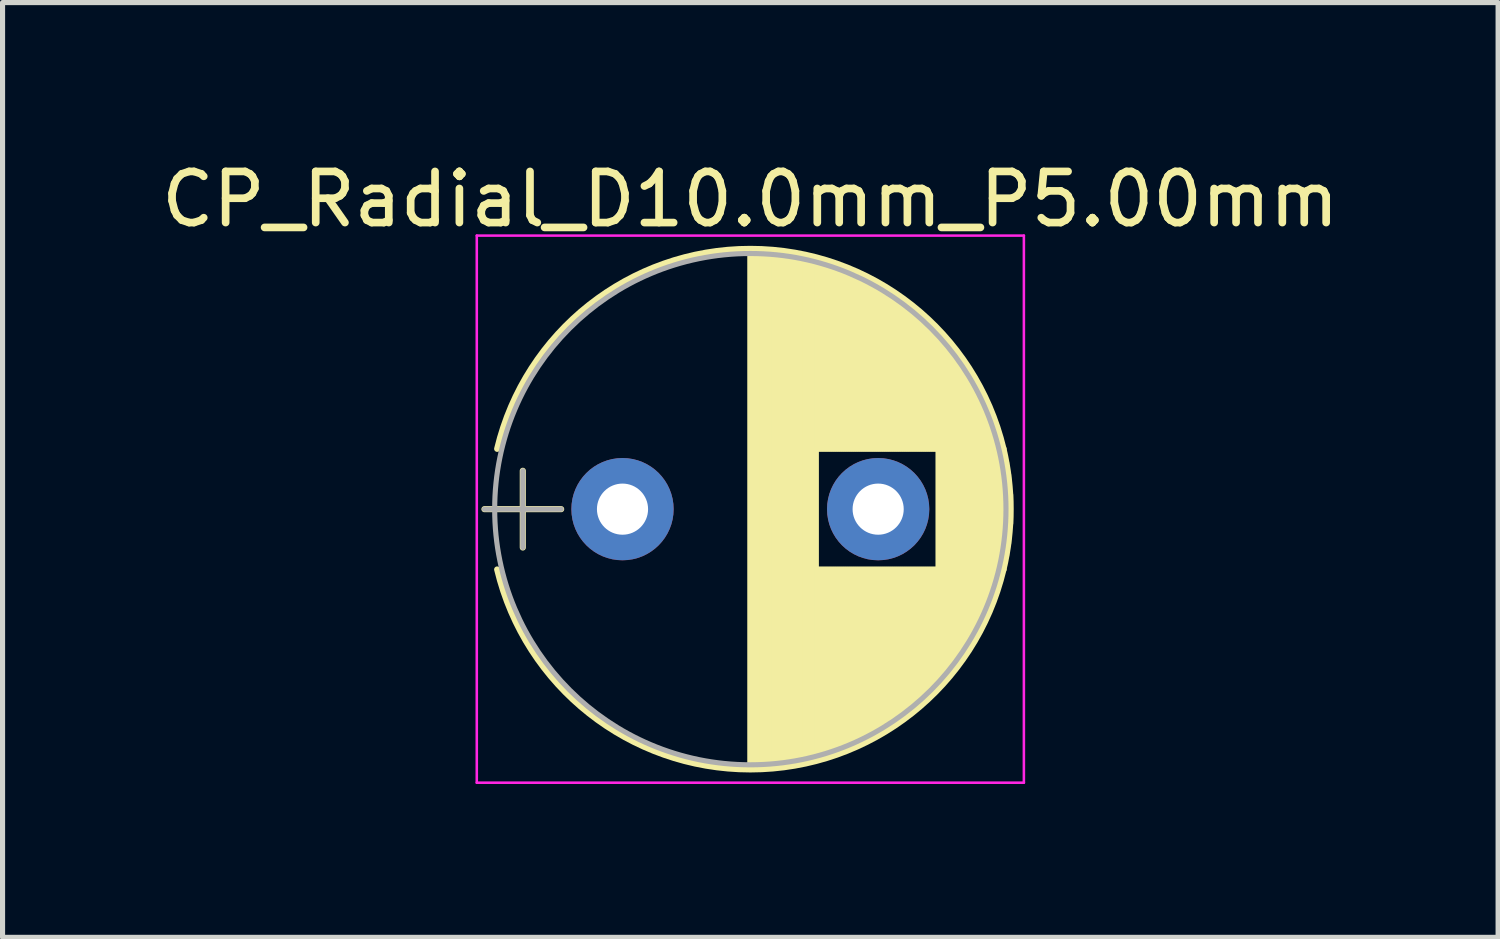
<source format=kicad_pcb>
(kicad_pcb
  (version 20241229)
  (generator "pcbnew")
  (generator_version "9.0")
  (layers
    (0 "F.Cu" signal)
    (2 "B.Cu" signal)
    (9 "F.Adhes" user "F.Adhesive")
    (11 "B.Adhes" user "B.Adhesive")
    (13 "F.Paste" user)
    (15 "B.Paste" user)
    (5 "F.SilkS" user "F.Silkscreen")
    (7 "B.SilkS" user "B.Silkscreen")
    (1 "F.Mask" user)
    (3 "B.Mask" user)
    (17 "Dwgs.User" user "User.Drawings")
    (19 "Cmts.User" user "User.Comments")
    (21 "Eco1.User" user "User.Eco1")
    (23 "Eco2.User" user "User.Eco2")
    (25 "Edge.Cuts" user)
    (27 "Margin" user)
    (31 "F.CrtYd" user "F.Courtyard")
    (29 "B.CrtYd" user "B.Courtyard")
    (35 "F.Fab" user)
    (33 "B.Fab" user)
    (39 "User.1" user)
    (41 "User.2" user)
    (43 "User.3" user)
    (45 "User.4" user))
  (footprint "CP_Radial_D10.0mm_P5.00mm"
    (layer "F.Cu")
    (at 9.125 6.908)
    (property "Reference" "CP_Radial_D10.0mm_P5.00mm" (at 2.5 -6.06 0) (layer "F.SilkS") (effects (font (size 1 1) (thickness 0.15))))
    (attr through_hole)
    (fp_line (start -2.7 0) (end -1.2 0) (stroke (width 0.12) (type solid)) (layer "F.SilkS"))
    (fp_line (start -1.95 -0.75) (end -1.95 0.75) (stroke (width 0.12) (type solid)) (layer "F.SilkS"))
    (fp_line (start 2.5 -5.05) (end 2.5 5.05) (stroke (width 0.12) (type solid)) (layer "F.SilkS"))
    (fp_line (start 2.54 -5.05) (end 2.54 5.05) (stroke (width 0.12) (type solid)) (layer "F.SilkS"))
    (fp_line (start 2.58 -5.05) (end 2.58 5.05) (stroke (width 0.12) (type solid)) (layer "F.SilkS"))
    (fp_line (start 2.62 -5.049) (end 2.62 5.049) (stroke (width 0.12) (type solid)) (layer "F.SilkS"))
    (fp_line (start 2.66 -5.048) (end 2.66 5.048) (stroke (width 0.12) (type solid)) (layer "F.SilkS"))
    (fp_line (start 2.7 -5.047) (end 2.7 5.047) (stroke (width 0.12) (type solid)) (layer "F.SilkS"))
    (fp_line (start 2.74 -5.045) (end 2.74 5.045) (stroke (width 0.12) (type solid)) (layer "F.SilkS"))
    (fp_line (start 2.78 -5.043) (end 2.78 5.043) (stroke (width 0.12) (type solid)) (layer "F.SilkS"))
    (fp_line (start 2.82 -5.04) (end 2.82 5.04) (stroke (width 0.12) (type solid)) (layer "F.SilkS"))
    (fp_line (start 2.86 -5.038) (end 2.86 5.038) (stroke (width 0.12) (type solid)) (layer "F.SilkS"))
    (fp_line (start 2.9 -5.035) (end 2.9 5.035) (stroke (width 0.12) (type solid)) (layer "F.SilkS"))
    (fp_line (start 2.94 -5.031) (end 2.94 5.031) (stroke (width 0.12) (type solid)) (layer "F.SilkS"))
    (fp_line (start 2.98 -5.028) (end 2.98 5.028) (stroke (width 0.12) (type solid)) (layer "F.SilkS"))
    (fp_line (start 3.02 -5.024) (end 3.02 5.024) (stroke (width 0.12) (type solid)) (layer "F.SilkS"))
    (fp_line (start 3.06 -5.02) (end 3.06 5.02) (stroke (width 0.12) (type solid)) (layer "F.SilkS"))
    (fp_line (start 3.1 -5.015) (end 3.1 5.015) (stroke (width 0.12) (type solid)) (layer "F.SilkS"))
    (fp_line (start 3.14 -5.01) (end 3.14 5.01) (stroke (width 0.12) (type solid)) (layer "F.SilkS"))
    (fp_line (start 3.18 -5.005) (end 3.18 5.005) (stroke (width 0.12) (type solid)) (layer "F.SilkS"))
    (fp_line (start 3.221 -4.999) (end 3.221 4.999) (stroke (width 0.12) (type solid)) (layer "F.SilkS"))
    (fp_line (start 3.261 -4.993) (end 3.261 4.993) (stroke (width 0.12) (type solid)) (layer "F.SilkS"))
    (fp_line (start 3.301 -4.987) (end 3.301 4.987) (stroke (width 0.12) (type solid)) (layer "F.SilkS"))
    (fp_line (start 3.341 -4.981) (end 3.341 4.981) (stroke (width 0.12) (type solid)) (layer "F.SilkS"))
    (fp_line (start 3.381 -4.974) (end 3.381 4.974) (stroke (width 0.12) (type solid)) (layer "F.SilkS"))
    (fp_line (start 3.421 -4.967) (end 3.421 4.967) (stroke (width 0.12) (type solid)) (layer "F.SilkS"))
    (fp_line (start 3.461 -4.959) (end 3.461 4.959) (stroke (width 0.12) (type solid)) (layer "F.SilkS"))
    (fp_line (start 3.501 -4.951) (end 3.501 4.951) (stroke (width 0.12) (type solid)) (layer "F.SilkS"))
    (fp_line (start 3.541 -4.943) (end 3.541 4.943) (stroke (width 0.12) (type solid)) (layer "F.SilkS"))
    (fp_line (start 3.581 -4.935) (end 3.581 4.935) (stroke (width 0.12) (type solid)) (layer "F.SilkS"))
    (fp_line (start 3.621 -4.926) (end 3.621 4.926) (stroke (width 0.12) (type solid)) (layer "F.SilkS"))
    (fp_line (start 3.661 -4.917) (end 3.661 4.917) (stroke (width 0.12) (type solid)) (layer "F.SilkS"))
    (fp_line (start 3.701 -4.907) (end 3.701 4.907) (stroke (width 0.12) (type solid)) (layer "F.SilkS"))
    (fp_line (start 3.741 -4.897) (end 3.741 4.897) (stroke (width 0.12) (type solid)) (layer "F.SilkS"))
    (fp_line (start 3.781 -4.887) (end 3.781 4.887) (stroke (width 0.12) (type solid)) (layer "F.SilkS"))
    (fp_line (start 3.821 -4.876) (end 3.821 -1.181) (stroke (width 0.12) (type solid)) (layer "F.SilkS"))
    (fp_line (start 3.821 1.181) (end 3.821 4.876) (stroke (width 0.12) (type solid)) (layer "F.SilkS"))
    (fp_line (start 3.861 -4.865) (end 3.861 -1.181) (stroke (width 0.12) (type solid)) (layer "F.SilkS"))
    (fp_line (start 3.861 1.181) (end 3.861 4.865) (stroke (width 0.12) (type solid)) (layer "F.SilkS"))
    (fp_line (start 3.901 -4.854) (end 3.901 -1.181) (stroke (width 0.12) (type solid)) (layer "F.SilkS"))
    (fp_line (start 3.901 1.181) (end 3.901 4.854) (stroke (width 0.12) (type solid)) (layer "F.SilkS"))
    (fp_line (start 3.941 -4.843) (end 3.941 -1.181) (stroke (width 0.12) (type solid)) (layer "F.SilkS"))
    (fp_line (start 3.941 1.181) (end 3.941 4.843) (stroke (width 0.12) (type solid)) (layer "F.SilkS"))
    (fp_line (start 3.981 -4.831) (end 3.981 -1.181) (stroke (width 0.12) (type solid)) (layer "F.SilkS"))
    (fp_line (start 3.981 1.181) (end 3.981 4.831) (stroke (width 0.12) (type solid)) (layer "F.SilkS"))
    (fp_line (start 4.021 -4.818) (end 4.021 -1.181) (stroke (width 0.12) (type solid)) (layer "F.SilkS"))
    (fp_line (start 4.021 1.181) (end 4.021 4.818) (stroke (width 0.12) (type solid)) (layer "F.SilkS"))
    (fp_line (start 4.061 -4.806) (end 4.061 -1.181) (stroke (width 0.12) (type solid)) (layer "F.SilkS"))
    (fp_line (start 4.061 1.181) (end 4.061 4.806) (stroke (width 0.12) (type solid)) (layer "F.SilkS"))
    (fp_line (start 4.101 -4.792) (end 4.101 -1.181) (stroke (width 0.12) (type solid)) (layer "F.SilkS"))
    (fp_line (start 4.101 1.181) (end 4.101 4.792) (stroke (width 0.12) (type solid)) (layer "F.SilkS"))
    (fp_line (start 4.141 -4.779) (end 4.141 -1.181) (stroke (width 0.12) (type solid)) (layer "F.SilkS"))
    (fp_line (start 4.141 1.181) (end 4.141 4.779) (stroke (width 0.12) (type solid)) (layer "F.SilkS"))
    (fp_line (start 4.181 -4.765) (end 4.181 -1.181) (stroke (width 0.12) (type solid)) (layer "F.SilkS"))
    (fp_line (start 4.181 1.181) (end 4.181 4.765) (stroke (width 0.12) (type solid)) (layer "F.SilkS"))
    (fp_line (start 4.221 -4.751) (end 4.221 -1.181) (stroke (width 0.12) (type solid)) (layer "F.SilkS"))
    (fp_line (start 4.221 1.181) (end 4.221 4.751) (stroke (width 0.12) (type solid)) (layer "F.SilkS"))
    (fp_line (start 4.261 -4.737) (end 4.261 -1.181) (stroke (width 0.12) (type solid)) (layer "F.SilkS"))
    (fp_line (start 4.261 1.181) (end 4.261 4.737) (stroke (width 0.12) (type solid)) (layer "F.SilkS"))
    (fp_line (start 4.301 -4.722) (end 4.301 -1.181) (stroke (width 0.12) (type solid)) (layer "F.SilkS"))
    (fp_line (start 4.301 1.181) (end 4.301 4.722) (stroke (width 0.12) (type solid)) (layer "F.SilkS"))
    (fp_line (start 4.341 -4.706) (end 4.341 -1.181) (stroke (width 0.12) (type solid)) (layer "F.SilkS"))
    (fp_line (start 4.341 1.181) (end 4.341 4.706) (stroke (width 0.12) (type solid)) (layer "F.SilkS"))
    (fp_line (start 4.381 -4.691) (end 4.381 -1.181) (stroke (width 0.12) (type solid)) (layer "F.SilkS"))
    (fp_line (start 4.381 1.181) (end 4.381 4.691) (stroke (width 0.12) (type solid)) (layer "F.SilkS"))
    (fp_line (start 4.421 -4.674) (end 4.421 -1.181) (stroke (width 0.12) (type solid)) (layer "F.SilkS"))
    (fp_line (start 4.421 1.181) (end 4.421 4.674) (stroke (width 0.12) (type solid)) (layer "F.SilkS"))
    (fp_line (start 4.461 -4.658) (end 4.461 -1.181) (stroke (width 0.12) (type solid)) (layer "F.SilkS"))
    (fp_line (start 4.461 1.181) (end 4.461 4.658) (stroke (width 0.12) (type solid)) (layer "F.SilkS"))
    (fp_line (start 4.501 -4.641) (end 4.501 -1.181) (stroke (width 0.12) (type solid)) (layer "F.SilkS"))
    (fp_line (start 4.501 1.181) (end 4.501 4.641) (stroke (width 0.12) (type solid)) (layer "F.SilkS"))
    (fp_line (start 4.541 -4.624) (end 4.541 -1.181) (stroke (width 0.12) (type solid)) (layer "F.SilkS"))
    (fp_line (start 4.541 1.181) (end 4.541 4.624) (stroke (width 0.12) (type solid)) (layer "F.SilkS"))
    (fp_line (start 4.581 -4.606) (end 4.581 -1.181) (stroke (width 0.12) (type solid)) (layer "F.SilkS"))
    (fp_line (start 4.581 1.181) (end 4.581 4.606) (stroke (width 0.12) (type solid)) (layer "F.SilkS"))
    (fp_line (start 4.621 -4.588) (end 4.621 -1.181) (stroke (width 0.12) (type solid)) (layer "F.SilkS"))
    (fp_line (start 4.621 1.181) (end 4.621 4.588) (stroke (width 0.12) (type solid)) (layer "F.SilkS"))
    (fp_line (start 4.661 -4.569) (end 4.661 -1.181) (stroke (width 0.12) (type solid)) (layer "F.SilkS"))
    (fp_line (start 4.661 1.181) (end 4.661 4.569) (stroke (width 0.12) (type solid)) (layer "F.SilkS"))
    (fp_line (start 4.701 -4.55) (end 4.701 -1.181) (stroke (width 0.12) (type solid)) (layer "F.SilkS"))
    (fp_line (start 4.701 1.181) (end 4.701 4.55) (stroke (width 0.12) (type solid)) (layer "F.SilkS"))
    (fp_line (start 4.741 -4.531) (end 4.741 -1.181) (stroke (width 0.12) (type solid)) (layer "F.SilkS"))
    (fp_line (start 4.741 1.181) (end 4.741 4.531) (stroke (width 0.12) (type solid)) (layer "F.SilkS"))
    (fp_line (start 4.781 -4.511) (end 4.781 -1.181) (stroke (width 0.12) (type solid)) (layer "F.SilkS"))
    (fp_line (start 4.781 1.181) (end 4.781 4.511) (stroke (width 0.12) (type solid)) (layer "F.SilkS"))
    (fp_line (start 4.821 -4.491) (end 4.821 -1.181) (stroke (width 0.12) (type solid)) (layer "F.SilkS"))
    (fp_line (start 4.821 1.181) (end 4.821 4.491) (stroke (width 0.12) (type solid)) (layer "F.SilkS"))
    (fp_line (start 4.861 -4.47) (end 4.861 -1.181) (stroke (width 0.12) (type solid)) (layer "F.SilkS"))
    (fp_line (start 4.861 1.181) (end 4.861 4.47) (stroke (width 0.12) (type solid)) (layer "F.SilkS"))
    (fp_line (start 4.901 -4.449) (end 4.901 -1.181) (stroke (width 0.12) (type solid)) (layer "F.SilkS"))
    (fp_line (start 4.901 1.181) (end 4.901 4.449) (stroke (width 0.12) (type solid)) (layer "F.SilkS"))
    (fp_line (start 4.941 -4.428) (end 4.941 -1.181) (stroke (width 0.12) (type solid)) (layer "F.SilkS"))
    (fp_line (start 4.941 1.181) (end 4.941 4.428) (stroke (width 0.12) (type solid)) (layer "F.SilkS"))
    (fp_line (start 4.981 -4.405) (end 4.981 -1.181) (stroke (width 0.12) (type solid)) (layer "F.SilkS"))
    (fp_line (start 4.981 1.181) (end 4.981 4.405) (stroke (width 0.12) (type solid)) (layer "F.SilkS"))
    (fp_line (start 5.021 -4.383) (end 5.021 -1.181) (stroke (width 0.12) (type solid)) (layer "F.SilkS"))
    (fp_line (start 5.021 1.181) (end 5.021 4.383) (stroke (width 0.12) (type solid)) (layer "F.SilkS"))
    (fp_line (start 5.061 -4.36) (end 5.061 -1.181) (stroke (width 0.12) (type solid)) (layer "F.SilkS"))
    (fp_line (start 5.061 1.181) (end 5.061 4.36) (stroke (width 0.12) (type solid)) (layer "F.SilkS"))
    (fp_line (start 5.101 -4.336) (end 5.101 -1.181) (stroke (width 0.12) (type solid)) (layer "F.SilkS"))
    (fp_line (start 5.101 1.181) (end 5.101 4.336) (stroke (width 0.12) (type solid)) (layer "F.SilkS"))
    (fp_line (start 5.141 -4.312) (end 5.141 -1.181) (stroke (width 0.12) (type solid)) (layer "F.SilkS"))
    (fp_line (start 5.141 1.181) (end 5.141 4.312) (stroke (width 0.12) (type solid)) (layer "F.SilkS"))
    (fp_line (start 5.181 -4.288) (end 5.181 -1.181) (stroke (width 0.12) (type solid)) (layer "F.SilkS"))
    (fp_line (start 5.181 1.181) (end 5.181 4.288) (stroke (width 0.12) (type solid)) (layer "F.SilkS"))
    (fp_line (start 5.221 -4.263) (end 5.221 -1.181) (stroke (width 0.12) (type solid)) (layer "F.SilkS"))
    (fp_line (start 5.221 1.181) (end 5.221 4.263) (stroke (width 0.12) (type solid)) (layer "F.SilkS"))
    (fp_line (start 5.261 -4.237) (end 5.261 -1.181) (stroke (width 0.12) (type solid)) (layer "F.SilkS"))
    (fp_line (start 5.261 1.181) (end 5.261 4.237) (stroke (width 0.12) (type solid)) (layer "F.SilkS"))
    (fp_line (start 5.301 -4.211) (end 5.301 -1.181) (stroke (width 0.12) (type solid)) (layer "F.SilkS"))
    (fp_line (start 5.301 1.181) (end 5.301 4.211) (stroke (width 0.12) (type solid)) (layer "F.SilkS"))
    (fp_line (start 5.341 -4.185) (end 5.341 -1.181) (stroke (width 0.12) (type solid)) (layer "F.SilkS"))
    (fp_line (start 5.341 1.181) (end 5.341 4.185) (stroke (width 0.12) (type solid)) (layer "F.SilkS"))
    (fp_line (start 5.381 -4.157) (end 5.381 -1.181) (stroke (width 0.12) (type solid)) (layer "F.SilkS"))
    (fp_line (start 5.381 1.181) (end 5.381 4.157) (stroke (width 0.12) (type solid)) (layer "F.SilkS"))
    (fp_line (start 5.421 -4.13) (end 5.421 -1.181) (stroke (width 0.12) (type solid)) (layer "F.SilkS"))
    (fp_line (start 5.421 1.181) (end 5.421 4.13) (stroke (width 0.12) (type solid)) (layer "F.SilkS"))
    (fp_line (start 5.461 -4.101) (end 5.461 -1.181) (stroke (width 0.12) (type solid)) (layer "F.SilkS"))
    (fp_line (start 5.461 1.181) (end 5.461 4.101) (stroke (width 0.12) (type solid)) (layer "F.SilkS"))
    (fp_line (start 5.501 -4.072) (end 5.501 -1.181) (stroke (width 0.12) (type solid)) (layer "F.SilkS"))
    (fp_line (start 5.501 1.181) (end 5.501 4.072) (stroke (width 0.12) (type solid)) (layer "F.SilkS"))
    (fp_line (start 5.541 -4.043) (end 5.541 -1.181) (stroke (width 0.12) (type solid)) (layer "F.SilkS"))
    (fp_line (start 5.541 1.181) (end 5.541 4.043) (stroke (width 0.12) (type solid)) (layer "F.SilkS"))
    (fp_line (start 5.581 -4.013) (end 5.581 -1.181) (stroke (width 0.12) (type solid)) (layer "F.SilkS"))
    (fp_line (start 5.581 1.181) (end 5.581 4.013) (stroke (width 0.12) (type solid)) (layer "F.SilkS"))
    (fp_line (start 5.621 -3.982) (end 5.621 -1.181) (stroke (width 0.12) (type solid)) (layer "F.SilkS"))
    (fp_line (start 5.621 1.181) (end 5.621 3.982) (stroke (width 0.12) (type solid)) (layer "F.SilkS"))
    (fp_line (start 5.661 -3.951) (end 5.661 -1.181) (stroke (width 0.12) (type solid)) (layer "F.SilkS"))
    (fp_line (start 5.661 1.181) (end 5.661 3.951) (stroke (width 0.12) (type solid)) (layer "F.SilkS"))
    (fp_line (start 5.701 -3.919) (end 5.701 -1.181) (stroke (width 0.12) (type solid)) (layer "F.SilkS"))
    (fp_line (start 5.701 1.181) (end 5.701 3.919) (stroke (width 0.12) (type solid)) (layer "F.SilkS"))
    (fp_line (start 5.741 -3.886) (end 5.741 -1.181) (stroke (width 0.12) (type solid)) (layer "F.SilkS"))
    (fp_line (start 5.741 1.181) (end 5.741 3.886) (stroke (width 0.12) (type solid)) (layer "F.SilkS"))
    (fp_line (start 5.781 -3.853) (end 5.781 -1.181) (stroke (width 0.12) (type solid)) (layer "F.SilkS"))
    (fp_line (start 5.781 1.181) (end 5.781 3.853) (stroke (width 0.12) (type solid)) (layer "F.SilkS"))
    (fp_line (start 5.821 -3.819) (end 5.821 -1.181) (stroke (width 0.12) (type solid)) (layer "F.SilkS"))
    (fp_line (start 5.821 1.181) (end 5.821 3.819) (stroke (width 0.12) (type solid)) (layer "F.SilkS"))
    (fp_line (start 5.861 -3.784) (end 5.861 -1.181) (stroke (width 0.12) (type solid)) (layer "F.SilkS"))
    (fp_line (start 5.861 1.181) (end 5.861 3.784) (stroke (width 0.12) (type solid)) (layer "F.SilkS"))
    (fp_line (start 5.901 -3.748) (end 5.901 -1.181) (stroke (width 0.12) (type solid)) (layer "F.SilkS"))
    (fp_line (start 5.901 1.181) (end 5.901 3.748) (stroke (width 0.12) (type solid)) (layer "F.SilkS"))
    (fp_line (start 5.941 -3.712) (end 5.941 -1.181) (stroke (width 0.12) (type solid)) (layer "F.SilkS"))
    (fp_line (start 5.941 1.181) (end 5.941 3.712) (stroke (width 0.12) (type solid)) (layer "F.SilkS"))
    (fp_line (start 5.981 -3.675) (end 5.981 -1.181) (stroke (width 0.12) (type solid)) (layer "F.SilkS"))
    (fp_line (start 5.981 1.181) (end 5.981 3.675) (stroke (width 0.12) (type solid)) (layer "F.SilkS"))
    (fp_line (start 6.021 -3.637) (end 6.021 -1.181) (stroke (width 0.12) (type solid)) (layer "F.SilkS"))
    (fp_line (start 6.021 1.181) (end 6.021 3.637) (stroke (width 0.12) (type solid)) (layer "F.SilkS"))
    (fp_line (start 6.061 -3.598) (end 6.061 -1.181) (stroke (width 0.12) (type solid)) (layer "F.SilkS"))
    (fp_line (start 6.061 1.181) (end 6.061 3.598) (stroke (width 0.12) (type solid)) (layer "F.SilkS"))
    (fp_line (start 6.101 -3.559) (end 6.101 -1.181) (stroke (width 0.12) (type solid)) (layer "F.SilkS"))
    (fp_line (start 6.101 1.181) (end 6.101 3.559) (stroke (width 0.12) (type solid)) (layer "F.SilkS"))
    (fp_line (start 6.141 -3.518) (end 6.141 -1.181) (stroke (width 0.12) (type solid)) (layer "F.SilkS"))
    (fp_line (start 6.141 1.181) (end 6.141 3.518) (stroke (width 0.12) (type solid)) (layer "F.SilkS"))
    (fp_line (start 6.181 -3.477) (end 6.181 3.477) (stroke (width 0.12) (type solid)) (layer "F.SilkS"))
    (fp_line (start 6.221 -3.435) (end 6.221 3.435) (stroke (width 0.12) (type solid)) (layer "F.SilkS"))
    (fp_line (start 6.261 -3.391) (end 6.261 3.391) (stroke (width 0.12) (type solid)) (layer "F.SilkS"))
    (fp_line (start 6.301 -3.347) (end 6.301 3.347) (stroke (width 0.12) (type solid)) (layer "F.SilkS"))
    (fp_line (start 6.341 -3.302) (end 6.341 3.302) (stroke (width 0.12) (type solid)) (layer "F.SilkS"))
    (fp_line (start 6.381 -3.255) (end 6.381 3.255) (stroke (width 0.12) (type solid)) (layer "F.SilkS"))
    (fp_line (start 6.421 -3.207) (end 6.421 3.207) (stroke (width 0.12) (type solid)) (layer "F.SilkS"))
    (fp_line (start 6.461 -3.158) (end 6.461 3.158) (stroke (width 0.12) (type solid)) (layer "F.SilkS"))
    (fp_line (start 6.501 -3.108) (end 6.501 3.108) (stroke (width 0.12) (type solid)) (layer "F.SilkS"))
    (fp_line (start 6.541 -3.057) (end 6.541 3.057) (stroke (width 0.12) (type solid)) (layer "F.SilkS"))
    (fp_line (start 6.581 -3.004) (end 6.581 3.004) (stroke (width 0.12) (type solid)) (layer "F.SilkS"))
    (fp_line (start 6.621 -2.949) (end 6.621 2.949) (stroke (width 0.12) (type solid)) (layer "F.SilkS"))
    (fp_line (start 6.661 -2.894) (end 6.661 2.894) (stroke (width 0.12) (type solid)) (layer "F.SilkS"))
    (fp_line (start 6.701 -2.836) (end 6.701 2.836) (stroke (width 0.12) (type solid)) (layer "F.SilkS"))
    (fp_line (start 6.741 -2.777) (end 6.741 2.777) (stroke (width 0.12) (type solid)) (layer "F.SilkS"))
    (fp_line (start 6.781 -2.715) (end 6.781 2.715) (stroke (width 0.12) (type solid)) (layer "F.SilkS"))
    (fp_line (start 6.821 -2.652) (end 6.821 2.652) (stroke (width 0.12) (type solid)) (layer "F.SilkS"))
    (fp_line (start 6.861 -2.587) (end 6.861 2.587) (stroke (width 0.12) (type solid)) (layer "F.SilkS"))
    (fp_line (start 6.901 -2.519) (end 6.901 2.519) (stroke (width 0.12) (type solid)) (layer "F.SilkS"))
    (fp_line (start 6.941 -2.449) (end 6.941 2.449) (stroke (width 0.12) (type solid)) (layer "F.SilkS"))
    (fp_line (start 6.981 -2.377) (end 6.981 2.377) (stroke (width 0.12) (type solid)) (layer "F.SilkS"))
    (fp_line (start 7.021 -2.301) (end 7.021 2.301) (stroke (width 0.12) (type solid)) (layer "F.SilkS"))
    (fp_line (start 7.061 -2.222) (end 7.061 2.222) (stroke (width 0.12) (type solid)) (layer "F.SilkS"))
    (fp_line (start 7.101 -2.14) (end 7.101 2.14) (stroke (width 0.12) (type solid)) (layer "F.SilkS"))
    (fp_line (start 7.141 -2.053) (end 7.141 2.053) (stroke (width 0.12) (type solid)) (layer "F.SilkS"))
    (fp_line (start 7.181 -1.962) (end 7.181 1.962) (stroke (width 0.12) (type solid)) (layer "F.SilkS"))
    (fp_line (start 7.221 -1.866) (end 7.221 1.866) (stroke (width 0.12) (type solid)) (layer "F.SilkS"))
    (fp_line (start 7.261 -1.763) (end 7.261 1.763) (stroke (width 0.12) (type solid)) (layer "F.SilkS"))
    (fp_line (start 7.301 -1.654) (end 7.301 1.654) (stroke (width 0.12) (type solid)) (layer "F.SilkS"))
    (fp_line (start 7.341 -1.536) (end 7.341 1.536) (stroke (width 0.12) (type solid)) (layer "F.SilkS"))
    (fp_line (start 7.381 -1.407) (end 7.381 1.407) (stroke (width 0.12) (type solid)) (layer "F.SilkS"))
    (fp_line (start 7.421 -1.265) (end 7.421 1.265) (stroke (width 0.12) (type solid)) (layer "F.SilkS"))
    (fp_line (start 7.461 -1.104) (end 7.461 1.104) (stroke (width 0.12) (type solid)) (layer "F.SilkS"))
    (fp_line (start 7.501 -0.913) (end 7.501 0.913) (stroke (width 0.12) (type solid)) (layer "F.SilkS"))
    (fp_line (start 7.541 -0.672) (end 7.541 0.672) (stroke (width 0.12) (type solid)) (layer "F.SilkS"))
    (fp_line (start 7.581 -0.279) (end 7.581 0.279) (stroke (width 0.12) (type solid)) (layer "F.SilkS"))
    (fp_arc (start -2.451333 -1.18) (mid 2.500414 -5.09) (end 7.451525 -1.179194) (stroke (width 0.12) (type solid)) (layer "F.SilkS"))
    (fp_arc (start 7.451333 -1.18) (mid 7.59 -0.000414) (end 7.451525 1.179194) (stroke (width 0.12) (type solid)) (layer "F.SilkS"))
    (fp_arc (start 7.451525 1.179194) (mid 2.500414 5.09) (end -2.451333 1.18) (stroke (width 0.12) (type solid)) (layer "F.SilkS"))
    (fp_line (start -2.85 -5.35) (end -2.85 5.35) (stroke (width 0.05) (type solid)) (layer "F.CrtYd"))
    (fp_line (start -2.85 5.35) (end 7.85 5.35) (stroke (width 0.05) (type solid)) (layer "F.CrtYd"))
    (fp_line (start 7.85 -5.35) (end -2.85 -5.35) (stroke (width 0.05) (type solid)) (layer "F.CrtYd"))
    (fp_line (start 7.85 5.35) (end 7.85 -5.35) (stroke (width 0.05) (type solid)) (layer "F.CrtYd"))
    (fp_line (start -2.7 0) (end -1.2 0) (stroke (width 0.1) (type solid)) (layer "F.Fab"))
    (fp_line (start -1.95 -0.75) (end -1.95 0.75) (stroke (width 0.1) (type solid)) (layer "F.Fab"))
    (fp_circle (center 2.5 0) (end 7.5 0) (stroke (width 0.1) (type solid)) (fill no) (layer "F.Fab"))
    (pad "1" thru_hole circle (at 0 0) (size 2 2) (drill 1) (layers "*.Cu" "*.Mask"))
    (pad "2" thru_hole circle (at 5 0) (size 2 2) (drill 1) (layers "*.Cu" "*.Mask")))
  (gr_rect
    (start -3 -3)
    (end 26.25 15.283)
    (stroke (width 0.1) (type default))
    (fill no)
    (layer "Edge.Cuts")))
</source>
